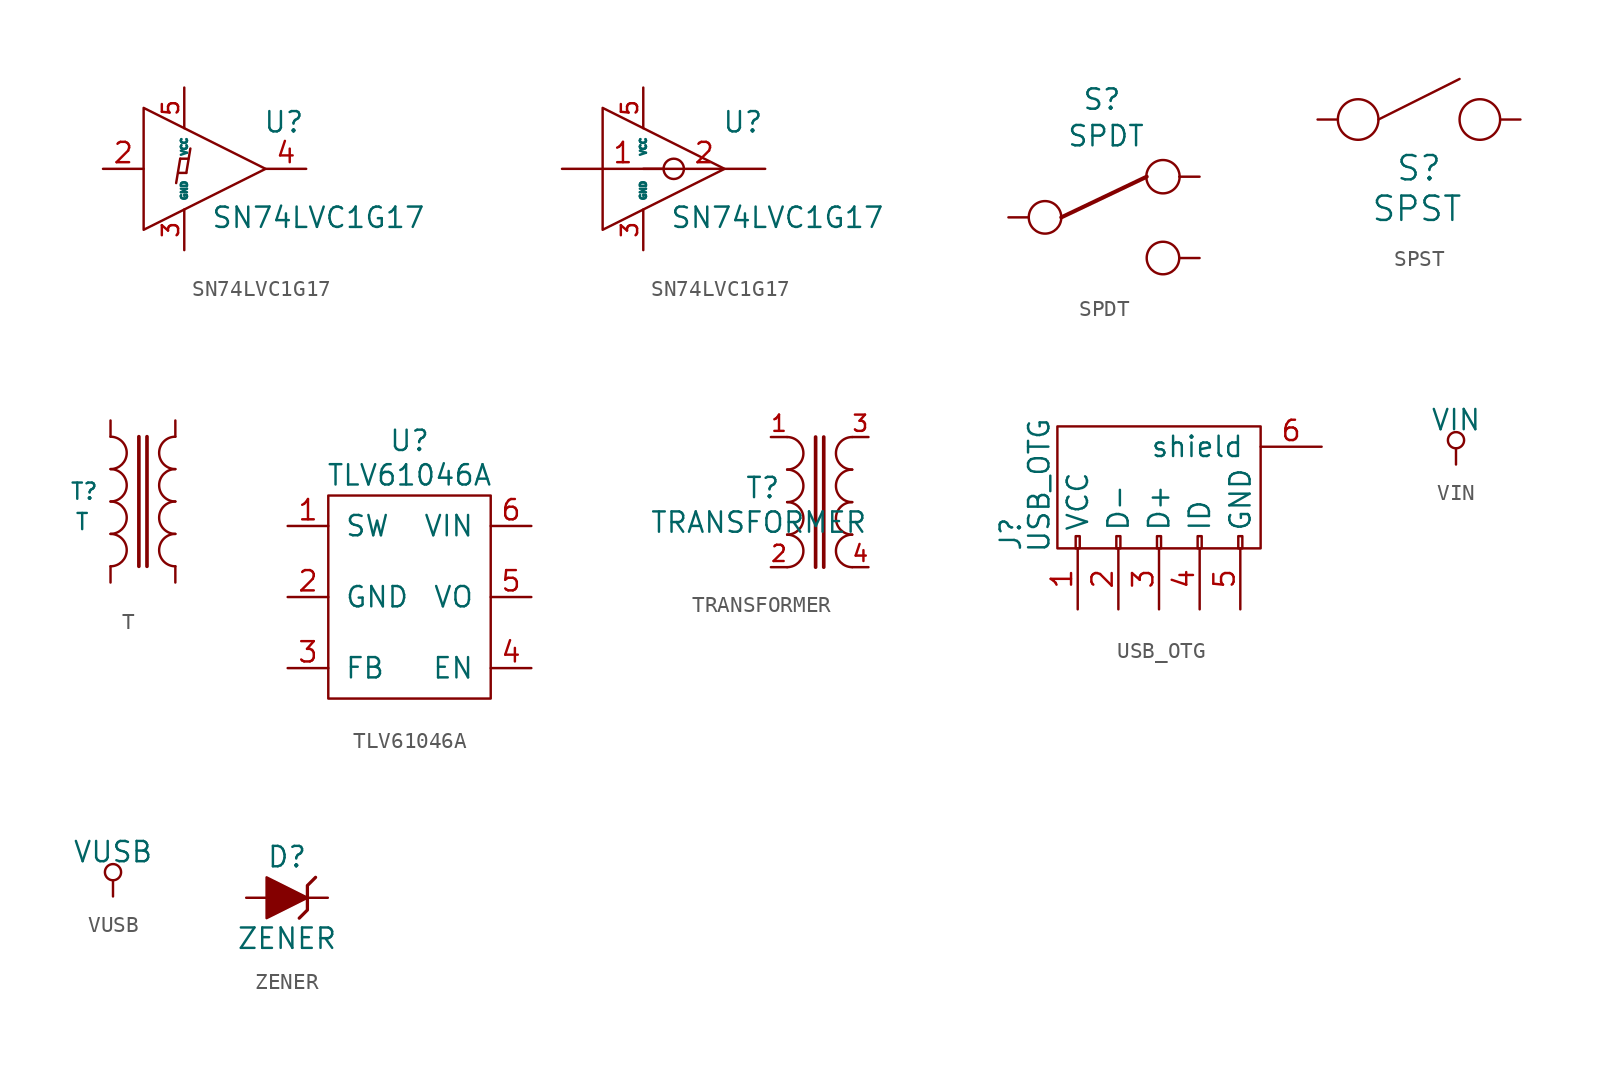
<source format=kicad_sym>
(kicad_symbol_lib
  (version 20220914)
  (generator kicad_symbol_editor)
  (symbol "SN74LVC1G17"
    (property "Reference" "U"
      (at 4.953 2.921 0)
      (effects (font (size 1.27 1.27))))
    (property "Value" "SN74LVC1G17"
      (at 7.112 -3.048 0)
      (effects (font (size 1.27 1.27))))
    (symbol "SN74LVC1G17_0_0"
      (polyline (pts (xy -3.81 3.81) (xy -3.81 -3.81) (xy 3.81 0) (xy -3.81 3.81)) (stroke (width 0) (type solid)) (fill (type none)))
      (pin power_in line (at -1.27 -5.08 90) (length 2.54) (name "GND" (effects (font (size 0.381 0.381)))) (number "3" (effects (font (size 1.016 1.016)))))
      (pin power_in line (at -1.27 5.08 270) (length 2.54) (name "VCC" (effects (font (size 0.381 0.381)))) (number "5" (effects (font (size 1.016 1.016))))))
    (symbol "SN74LVC1G17_0_1"
      (polyline (pts (xy -1.778 -0.889) (xy -1.524 0.635)) (stroke (width 0) (type solid)) (fill (type none)))
      (polyline (pts (xy -1.524 0.635) (xy -1.016 0.635)) (stroke (width 0) (type solid)) (fill (type none)))
      (polyline (pts (xy -1.143 -0.254) (xy -1.651 -0.254)) (stroke (width 0) (type solid)) (fill (type none)))
      (polyline (pts (xy -1.143 -0.254) (xy -0.889 1.27)) (stroke (width 0) (type solid)) (fill (type none))))
    (symbol "SN74LVC1G17_1_1"
      (pin input line (at -6.35 0 0) (length 2.54) (name "~" (effects (font (size 1.27 1.27)))) (number "2" (effects (font (size 1.27 1.27)))))
      (pin output line (at 6.35 0 180) (length 2.54) (name "~" (effects (font (size 1.27 1.27)))) (number "4" (effects (font (size 1.27 1.27))))))
    (symbol "SN74LVC1G17_1_2"
      (pin input inverted (at -6.35 0 0) (length 7.62) (name "~" (effects (font (size 1.27 1.27)))) (number "1" (effects (font (size 1.27 1.27)))))
      (pin output line (at 6.35 0 180) (length 7.62) (name "~" (effects (font (size 1.27 1.27)))) (number "2" (effects (font (size 1.27 1.27)))))))
  (symbol "SPDT"
    (pin_numbers hide)
    (pin_names
      (offset 1.016) hide)
    (property "Reference" "S"
      (at -0.254 7.366 0)
      (effects (font (size 1.27 1.27))))
    (property "Value" "SPDT"
      (at 0 5.08 0)
      (effects (font (size 1.27 1.27))))
    (property "Footprint" ""
      (at 0 0 0)
      (effects (font (size 1.524 1.524))))
    (property "Datasheet" ""
      (at 0 0 0)
      (effects (font (size 1.524 1.524))))
    (symbol "SPDT_0_1"
      (circle (center -3.81 0) (radius 1.016) (stroke (width 0) (type solid)) (fill (type none)))
      (polyline (pts (xy -2.794 0) (xy 2.54 2.54)) (stroke (width 0.254) (type solid)) (fill (type none)))
      (circle (center 3.556 -2.54) (radius 1.016) (stroke (width 0) (type solid)) (fill (type none)))
      (circle (center 3.556 2.54) (radius 1.041) (stroke (width 0) (type solid)) (fill (type none))))
    (symbol "SPDT_1_1"
      (pin passive line (at 5.842 2.54 180) (length 1.27) (name "1" (effects (font (size 1.27 1.27)))) (number "1" (effects (font (size 1.27 1.27)))))
      (pin passive line (at -6.096 0 0) (length 1.27) (name "2" (effects (font (size 1.27 1.27)))) (number "2" (effects (font (size 1.27 1.27)))))
      (pin passive line (at 5.842 -2.54 180) (length 1.27) (name "3" (effects (font (size 1.27 1.27)))) (number "3" (effects (font (size 1.27 1.27)))))))
  (symbol "SPST"
    (pin_numbers hide)
    (pin_names
      (offset 0) hide)
    (property "Reference" "S"
      (at 0 -3.048 0)
      (effects (font (size 1.524 1.524))))
    (property "Value" "SPST"
      (at -0.127 -5.588 0)
      (effects (font (size 1.524 1.524))))
    (property "Footprint" ""
      (at 0 0 0)
      (effects (font (size 1.524 1.524))))
    (property "Datasheet" ""
      (at 0 0 0)
      (effects (font (size 1.524 1.524))))
    (symbol "SPST_0_0"
      (circle (center -3.81 0) (radius 1.27) (stroke (width 0) (type solid)) (fill (type none)))
      (polyline (pts (xy -2.54 0) (xy 2.54 2.54)) (stroke (width 0) (type solid)) (fill (type none)))
      (circle (center 3.81 0) (radius 1.27) (stroke (width 0) (type solid)) (fill (type none))))
    (symbol "SPST_1_1"
      (pin input line (at -6.35 0 0) (length 1.27) (name "1" (effects (font (size 1.778 1.778)))) (number "1" (effects (font (size 1.778 1.778)))))
      (pin input line (at 6.35 0 180) (length 1.27) (name "2" (effects (font (size 1.778 1.778)))) (number "2" (effects (font (size 1.778 1.778)))))))
  (symbol "T"
    (pin_numbers hide)
    (pin_names
      (offset 1.016) hide)
    (property "Reference" "T"
      (at -1.651 0.635 0)
      (effects (font (size 1.016 1.016))))
    (property "Value" "T"
      (at -1.778 -1.27 0)
      (effects (font (size 1.016 1.016))))
    (property "Footprint" ""
      (at 0 0 0)
      (effects (font (size 1.524 1.524))))
    (property "Datasheet" ""
      (at 0 0 0)
      (effects (font (size 1.524 1.524))))
    (symbol "T_0_1"
      (arc (start 0 -4.064) (mid 1.0116 -3.048) (end 0 -2.032) (stroke (width 0.1524) (type solid)) (fill (type none)))
      (arc (start 0 -2.032) (mid 1.0116 -1.016) (end 0 0) (stroke (width 0.1524) (type solid)) (fill (type none)))
      (polyline (pts (xy 1.778 4.064) (xy 1.778 -4.064)) (stroke (width 0.229) (type solid)) (fill (type none)))
      (polyline (pts (xy 2.286 4.064) (xy 2.286 -4.064)) (stroke (width 0.229) (type solid)) (fill (type none)))
      (arc (start 0 0) (mid 1.0116 1.016) (end 0 2.032) (stroke (width 0.1524) (type solid)) (fill (type none)))
      (arc (start 0 2.032) (mid 1.0116 3.048) (end 0 4.064) (stroke (width 0.1524) (type solid)) (fill (type none)))
      (arc (start 4.064 -2.032) (mid 3.0524 -3.048) (end 4.064 -4.064) (stroke (width 0.1524) (type solid)) (fill (type none)))
      (arc (start 4.064 0) (mid 3.0524 -1.016) (end 4.064 -2.032) (stroke (width 0.1524) (type solid)) (fill (type none)))
      (arc (start 4.064 2.032) (mid 3.0524 1.016) (end 4.064 0) (stroke (width 0.1524) (type solid)) (fill (type none)))
      (arc (start 4.064 4.064) (mid 3.0524 3.048) (end 4.064 2.032) (stroke (width 0.1524) (type solid)) (fill (type none))))
    (symbol "T_1_1"
      (pin passive line (at 0 5.08 270) (length 1.016) (name "1" (effects (font (size 1.778 1.778)))) (number "1" (effects (font (size 1.778 1.778)))))
      (pin passive line (at 0 -5.08 90) (length 1.016) (name "2" (effects (font (size 1.778 1.778)))) (number "2" (effects (font (size 1.778 1.778)))))
      (pin passive line (at 4.064 5.08 270) (length 1.016) (name "3" (effects (font (size 1.778 1.778)))) (number "3" (effects (font (size 1.778 1.778)))))
      (pin passive line (at 4.064 -5.08 90) (length 1.016) (name "4" (effects (font (size 1.778 1.778)))) (number "4" (effects (font (size 1.778 1.778)))))))
  (symbol "TLV61046A"
    (pin_names
      (offset 1.016))
    (property "Reference" "U"
      (at 0 9.779 0)
      (effects (font (size 1.27 1.27))))
    (property "Value" "TLV61046A"
      (at 0 7.62 0)
      (effects (font (size 1.27 1.27))))
    (property "Footprint" ""
      (at 0 0 0)
      (effects (font (size 1.524 1.524))))
    (property "Datasheet" ""
      (at 0 0 0)
      (effects (font (size 1.524 1.524))))
    (symbol "TLV61046A_0_1"
      (rectangle (start -5.08 6.35) (end 5.08 -6.35) (stroke (width 0) (type solid)) (fill (type none))))
    (symbol "TLV61046A_1_1"
      (pin passive line (at -7.62 4.445 0) (length 2.54) (name "SW" (effects (font (size 1.27 1.27)))) (number "1" (effects (font (size 1.27 1.27)))))
      (pin power_in line (at -7.62 0 0) (length 2.54) (name "GND" (effects (font (size 1.27 1.27)))) (number "2" (effects (font (size 1.27 1.27)))))
      (pin passive line (at -7.62 -4.445 0) (length 2.54) (name "FB" (effects (font (size 1.27 1.27)))) (number "3" (effects (font (size 1.27 1.27)))))
      (pin passive line (at 7.62 -4.445 180) (length 2.54) (name "EN" (effects (font (size 1.27 1.27)))) (number "4" (effects (font (size 1.27 1.27)))))
      (pin power_out line (at 7.62 0 180) (length 2.54) (name "VO" (effects (font (size 1.27 1.27)))) (number "5" (effects (font (size 1.27 1.27)))))
      (pin power_in line (at 7.62 4.445 180) (length 2.54) (name "VIN" (effects (font (size 1.27 1.27)))) (number "6" (effects (font (size 1.27 1.27)))))))
  (symbol "TRANSFORMER"
    (pin_names
      (offset 1.016) hide)
    (property "Reference" "T"
      (at -1.524 0.889 0)
      (effects (font (size 1.27 1.27))))
    (property "Value" "TRANSFORMER"
      (at -1.778 -1.27 0)
      (effects (font (size 1.27 1.27))))
    (property "Footprint" ""
      (at 0 0 0)
      (effects (font (size 1.524 1.524))))
    (property "Datasheet" ""
      (at 0 0 0)
      (effects (font (size 1.524 1.524))))
    (symbol "TRANSFORMER_0_1"
      (arc (start 0 -4.064) (mid 1.0116 -3.048) (end 0 -2.032) (stroke (width 0.1524) (type solid)) (fill (type none)))
      (arc (start 0 -2.032) (mid 1.0116 -1.016) (end 0 0) (stroke (width 0.1524) (type solid)) (fill (type none)))
      (polyline (pts (xy 1.778 4.064) (xy 1.778 -4.064)) (stroke (width 0.229) (type solid)) (fill (type none)))
      (polyline (pts (xy 2.286 4.064) (xy 2.286 -4.064)) (stroke (width 0.229) (type solid)) (fill (type none)))
      (arc (start 0 0) (mid 1.0116 1.016) (end 0 2.032) (stroke (width 0.1524) (type solid)) (fill (type none)))
      (arc (start 0 2.032) (mid 1.0116 3.048) (end 0 4.064) (stroke (width 0.1524) (type solid)) (fill (type none)))
      (arc (start 4.064 -2.032) (mid 3.0524 -3.048) (end 4.064 -4.064) (stroke (width 0.1524) (type solid)) (fill (type none)))
      (arc (start 4.064 0) (mid 3.0524 -1.016) (end 4.064 -2.032) (stroke (width 0.1524) (type solid)) (fill (type none)))
      (arc (start 4.064 2.032) (mid 3.0524 1.016) (end 4.064 0) (stroke (width 0.1524) (type solid)) (fill (type none)))
      (arc (start 4.064 4.064) (mid 3.0524 3.048) (end 4.064 2.032) (stroke (width 0.1524) (type solid)) (fill (type none))))
    (symbol "TRANSFORMER_1_1"
      (pin passive line (at -1.016 4.064 0) (length 1.016) (name "1" (effects (font (size 1.016 1.016)))) (number "1" (effects (font (size 1.016 1.016)))))
      (pin passive line (at -1.016 -4.064 0) (length 1.016) (name "2" (effects (font (size 1.016 1.016)))) (number "2" (effects (font (size 1.016 1.016)))))
      (pin passive line (at 5.08 4.064 180) (length 1.016) (name "3" (effects (font (size 1.016 1.016)))) (number "3" (effects (font (size 1.016 1.016)))))
      (pin passive line (at 5.08 -4.064 180) (length 1.016) (name "4" (effects (font (size 1.016 1.016)))) (number "4" (effects (font (size 1.016 1.016)))))))
  (symbol "USB_OTG"
    (pin_names
      (offset 1.016))
    (property "Reference" "J"
      (at -9.271 -2.921 90)
      (effects (font (size 1.27 1.27))))
    (property "Value" "USB_OTG"
      (at -7.493 0.127 90)
      (effects (font (size 1.27 1.27))))
    (property "Footprint" ""
      (at -1.27 -2.54 90)
      (effects (font (size 1.524 1.524))))
    (property "Datasheet" ""
      (at -1.27 -2.54 90)
      (effects (font (size 1.524 1.524))))
    (symbol "USB_OTG_0_1"
      (rectangle (start -6.35 -3.81) (end 6.35 3.81) (stroke (width 0) (type solid)) (fill (type none)))
      (rectangle (start -5.207 -3.81) (end -4.953 -3.048) (stroke (width 0) (type solid)) (fill (type none)))
      (rectangle (start -2.667 -3.81) (end -2.413 -3.048) (stroke (width 0) (type solid)) (fill (type none)))
      (rectangle (start -0.127 -3.81) (end 0.127 -3.048) (stroke (width 0) (type solid)) (fill (type none)))
      (rectangle (start 2.413 -3.81) (end 2.667 -3.048) (stroke (width 0) (type solid)) (fill (type none)))
      (rectangle (start 4.953 -3.81) (end 5.207 -3.048) (stroke (width 0) (type solid)) (fill (type none))))
    (symbol "USB_OTG_1_1"
      (pin power_out line (at -5.08 -7.62 90) (length 3.81) (name "VCC" (effects (font (size 1.27 1.27)))) (number "1" (effects (font (size 1.27 1.27)))))
      (pin passive line (at -2.54 -7.62 90) (length 3.81) (name "D-" (effects (font (size 1.27 1.27)))) (number "2" (effects (font (size 1.27 1.27)))))
      (pin passive line (at 0 -7.62 90) (length 3.81) (name "D+" (effects (font (size 1.27 1.27)))) (number "3" (effects (font (size 1.27 1.27)))))
      (pin power_in line (at 2.54 -7.62 90) (length 3.81) (name "ID" (effects (font (size 1.27 1.27)))) (number "4" (effects (font (size 1.27 1.27)))))
      (pin power_in line (at 5.08 -7.62 90) (length 3.81) (name "GND" (effects (font (size 1.27 1.27)))) (number "5" (effects (font (size 1.27 1.27)))))
      (pin passive line (at 10.16 2.54 180) (length 3.81) (name "shield" (effects (font (size 1.27 1.27)))) (number "6" (effects (font (size 1.27 1.27)))))))
  (symbol "VIN"
    (power)
    (pin_names
      (offset 0))
    (property "Reference" "#PWR"
      (at 0 -1.016 0)
      (effects (font (size 0.762 0.762)) hide))
    (property "Value" "VIN"
      (at 0 2.794 0)
      (effects (font (size 1.27 1.27))))
    (property "Footprint" ""
      (at 0 0 0)
      (effects (font (size 1.524 1.524))))
    (property "Datasheet" ""
      (at 0 0 0)
      (effects (font (size 1.524 1.524))))
    (symbol "VIN_0_0"
      (pin power_in line (at 0 0 90) (length 0) hide (name "VIN" (effects (font (size 0.762 0.762)))) (number "1" (effects (font (size 0.762 0.762))))))
    (symbol "VIN_0_1"
      (polyline (pts (xy 0 0) (xy 0 1.016) (xy 0 1.016)) (stroke (width 0) (type solid)) (fill (type none)))
      (circle (center 0 1.524) (radius 0.508) (stroke (width 0) (type solid)) (fill (type none)))))
  (symbol "VUSB"
    (power)
    (pin_names
      (offset 0))
    (property "Reference" "#PWR"
      (at 0 -1.016 0)
      (effects (font (size 0.762 0.762)) hide))
    (property "Value" "VUSB"
      (at 0 2.794 0)
      (effects (font (size 1.27 1.27))))
    (property "Footprint" ""
      (at 0 0 0)
      (effects (font (size 1.524 1.524))))
    (property "Datasheet" ""
      (at 0 0 0)
      (effects (font (size 1.524 1.524))))
    (symbol "VUSB_0_0"
      (pin power_in line (at 0 0 90) (length 0) hide (name "VUSB" (effects (font (size 0.762 0.762)))) (number "1" (effects (font (size 0.762 0.762))))))
    (symbol "VUSB_0_1"
      (polyline (pts (xy 0 0) (xy 0 1.016) (xy 0 1.016)) (stroke (width 0) (type solid)) (fill (type none)))
      (circle (center 0 1.524) (radius 0.508) (stroke (width 0) (type solid)) (fill (type none)))))
  (symbol "ZENER"
    (pin_numbers hide)
    (pin_names
      (offset 1.016) hide)
    (property "Reference" "D"
      (at 0 2.54 0)
      (effects (font (size 1.27 1.27))))
    (property "Value" "ZENER"
      (at 0 -2.54 0)
      (effects (font (size 1.27 1.27))))
    (property "Footprint" ""
      (at 0 0 0)
      (effects (font (size 1.524 1.524))))
    (property "Datasheet" ""
      (at 0 0 0)
      (effects (font (size 1.524 1.524))))
    (symbol "ZENER_0_1"
      (polyline (pts (xy 1.27 0) (xy -1.27 1.27) (xy -1.27 -1.27) (xy 1.27 0) (xy 1.27 0)) (stroke (width 0) (type solid)) (fill (type outline)))
      (polyline (pts (xy 1.778 1.27) (xy 1.27 0.762) (xy 1.27 -0.762) (xy 0.762 -1.27) (xy 0.762 -1.27)) (stroke (width 0.203) (type solid)) (fill (type none))))
    (symbol "ZENER_1_1"
      (pin passive line (at -2.54 0 0) (length 1.27) (name "A" (effects (font (size 1.016 1.016)))) (number "1" (effects (font (size 1.016 1.016)))))
      (pin passive line (at 2.54 0 180) (length 1.27) (name "K" (effects (font (size 1.016 1.016)))) (number "2" (effects (font (size 1.016 1.016))))))))
</source>
